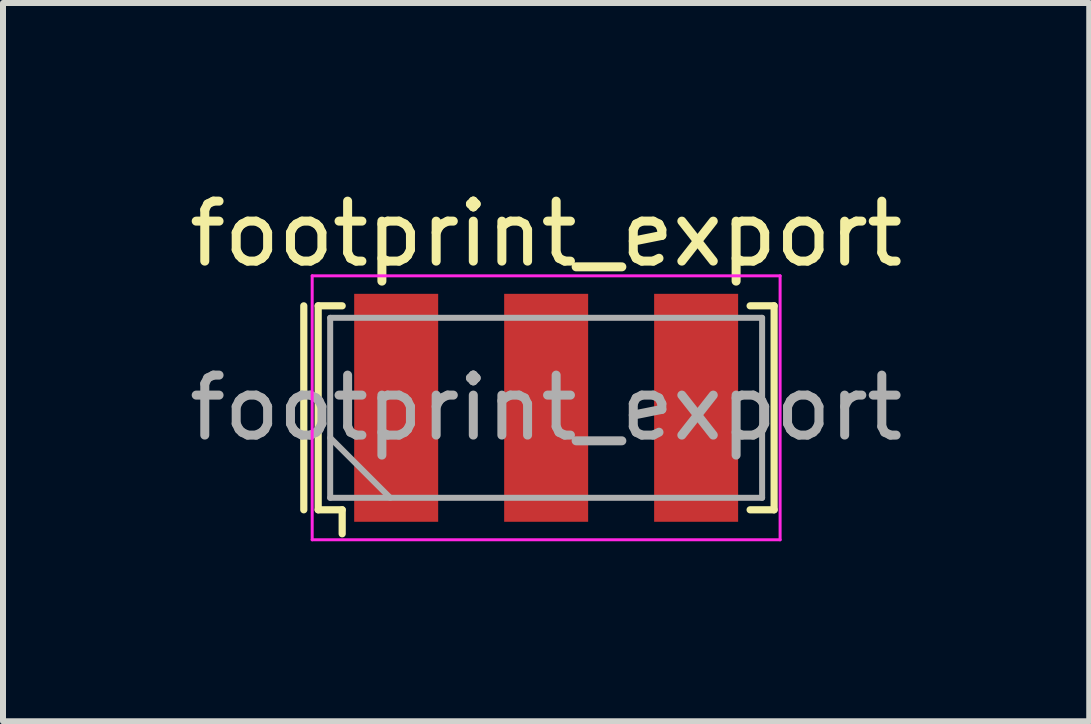
<source format=kicad_pcb>
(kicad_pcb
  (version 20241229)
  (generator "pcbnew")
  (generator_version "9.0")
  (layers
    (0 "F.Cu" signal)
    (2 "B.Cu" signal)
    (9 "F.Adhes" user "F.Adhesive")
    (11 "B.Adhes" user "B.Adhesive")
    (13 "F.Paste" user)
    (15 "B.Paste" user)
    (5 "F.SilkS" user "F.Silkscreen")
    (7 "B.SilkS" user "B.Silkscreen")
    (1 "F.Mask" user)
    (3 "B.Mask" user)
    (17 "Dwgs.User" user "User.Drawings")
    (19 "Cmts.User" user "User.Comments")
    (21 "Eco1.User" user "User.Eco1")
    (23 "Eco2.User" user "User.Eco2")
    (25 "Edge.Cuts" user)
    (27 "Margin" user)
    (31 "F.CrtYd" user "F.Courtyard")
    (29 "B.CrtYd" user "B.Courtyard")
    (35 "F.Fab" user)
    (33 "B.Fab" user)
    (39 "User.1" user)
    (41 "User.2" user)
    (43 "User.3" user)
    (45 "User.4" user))
  (footprint "footprint_export"
    (layer "F.Cu")
    (at 6.054 3.748)
    (property "Reference" "footprint_export" (at 0 -2.9 0) (layer "F.SilkS") (effects (font (size 1 1) (thickness 0.15))))
    (attr smd)
    (fp_line (start -4.04 -1.7) (end -4.04 1.7) (stroke (width 0.12) (type solid)) (layer "F.SilkS"))
    (fp_line (start -3.8 -1.7) (end -3.4 -1.7) (stroke (width 0.12) (type solid)) (layer "F.SilkS"))
    (fp_line (start -3.8 1.7) (end -3.8 -1.7) (stroke (width 0.12) (type solid)) (layer "F.SilkS"))
    (fp_line (start -3.4 1.7) (end -3.8 1.7) (stroke (width 0.12) (type solid)) (layer "F.SilkS"))
    (fp_line (start -3.4 2.1) (end -3.4 1.7) (stroke (width 0.12) (type solid)) (layer "F.SilkS"))
    (fp_line (start 3.4 -1.7) (end 3.8 -1.7) (stroke (width 0.12) (type solid)) (layer "F.SilkS"))
    (fp_line (start 3.8 -1.7) (end 3.8 1.7) (stroke (width 0.12) (type solid)) (layer "F.SilkS"))
    (fp_line (start 3.8 1.7) (end 3.4 1.7) (stroke (width 0.12) (type solid)) (layer "F.SilkS"))
    (fp_line (start -3.9 -2.2) (end -3.9 2.2) (stroke (width 0.05) (type solid)) (layer "F.CrtYd"))
    (fp_line (start -3.9 2.2) (end 3.9 2.2) (stroke (width 0.05) (type solid)) (layer "F.CrtYd"))
    (fp_line (start 3.9 -2.2) (end -3.9 -2.2) (stroke (width 0.05) (type solid)) (layer "F.CrtYd"))
    (fp_line (start 3.9 2.2) (end 3.9 -2.2) (stroke (width 0.05) (type solid)) (layer "F.CrtYd"))
    (fp_line (start -3.6 -1.5) (end -3.6 1.5) (stroke (width 0.1) (type solid)) (layer "F.Fab"))
    (fp_line (start -3.6 0.5) (end -2.6 1.5) (stroke (width 0.1) (type solid)) (layer "F.Fab"))
    (fp_line (start -3.6 1.5) (end 3.6 1.5) (stroke (width 0.1) (type solid)) (layer "F.Fab"))
    (fp_line (start 3.6 -1.5) (end -3.6 -1.5) (stroke (width 0.1) (type solid)) (layer "F.Fab"))
    (fp_line (start 3.6 1.5) (end 3.6 -1.5) (stroke (width 0.1) (type solid)) (layer "F.Fab"))
    (fp_text user "${REFERENCE}" (at 0 0 0) (layer "F.Fab") (effects (font (size 1 1) (thickness 0.15))))
    (pad "1" smd rect (at -2.5 0) (size 1.4 3.8) (layers "F.Cu" "F.Mask" "F.Paste"))
    (pad "2" smd rect (at 0 0) (size 1.4 3.8) (layers "F.Cu" "F.Mask" "F.Paste"))
    (pad "3" smd rect (at 2.5 0) (size 1.4 3.8) (layers "F.Cu" "F.Mask" "F.Paste")))
  (gr_rect
    (start -3 -3)
    (end 15.107 8.973)
    (stroke (width 0.1) (type default))
    (fill no)
    (layer "Edge.Cuts")))
</source>
